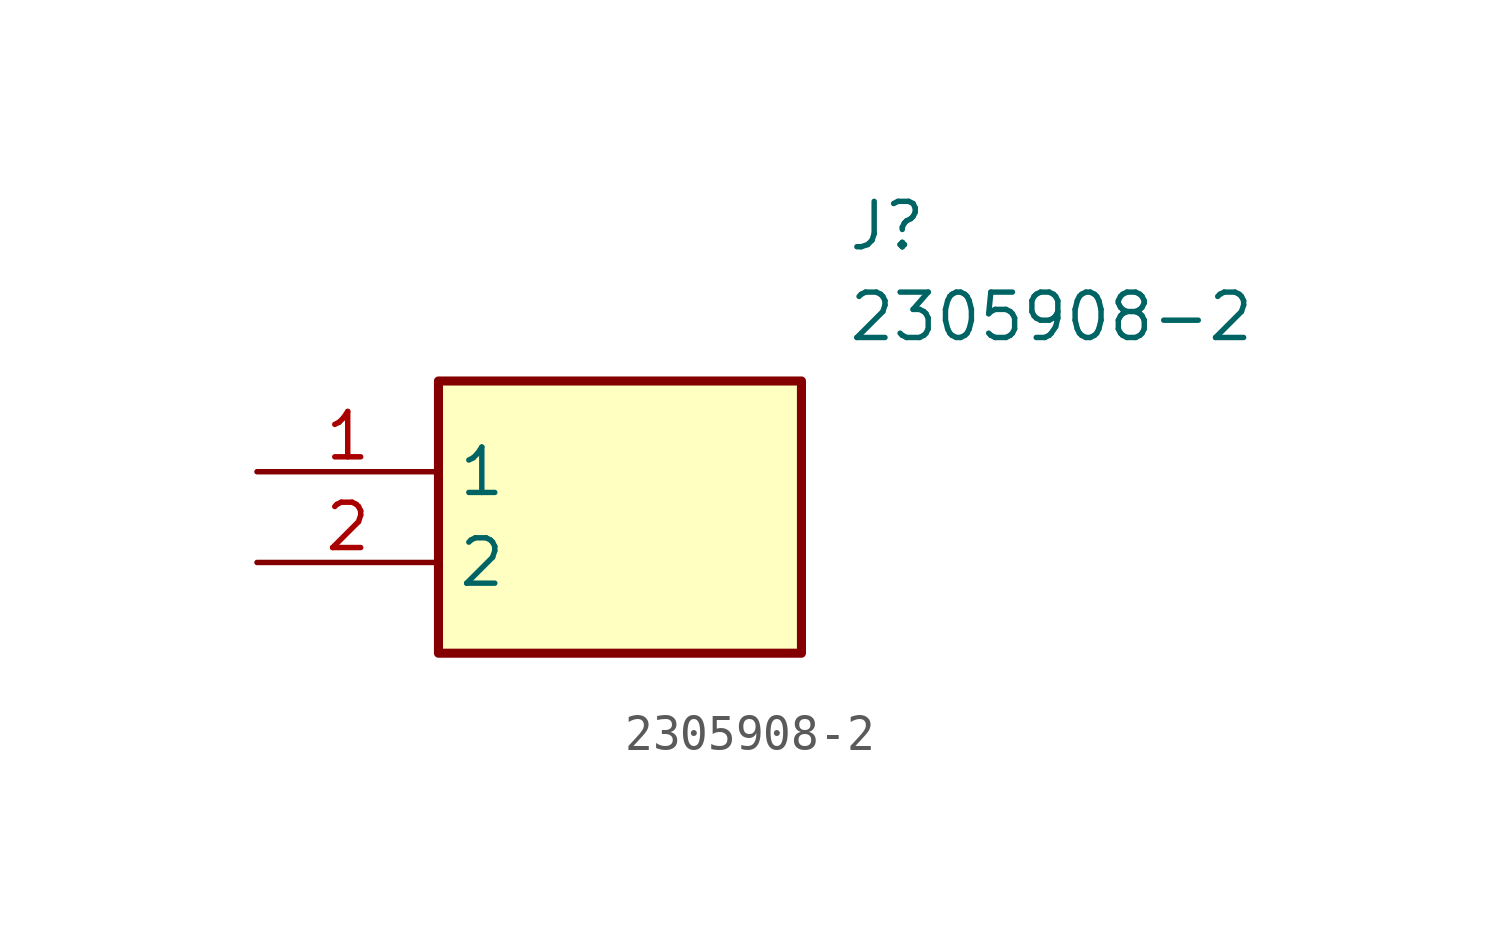
<source format=kicad_sym>
(kicad_symbol_lib
  (version 20211014)
  (generator SamacSys_ECAD_Model)
  (symbol "2305908-2"
    (property "Reference" "J"
      (at 16.51 7.62 0)
      (effects (font (size 1.27 1.27)) (justify left top)))
    (property "Value" "2305908-2"
      (at 16.51 5.08 0)
      (effects (font (size 1.27 1.27)) (justify left top)))
    (rectangle
      (start 5.08 2.54)
      (end 15.24 -5.08)
      (stroke (width 0.254) (type default))
      (fill (type background)))
    (pin passive line
      (at 0 0 0)
      (length 5.08)
      (name "1" (effects (font (size 1.27 1.27))))
      (number "1" (effects (font (size 1.27 1.27)))))
    (pin passive line
      (at 0 -2.54 0)
      (length 5.08)
      (name "2" (effects (font (size 1.27 1.27))))
      (number "2" (effects (font (size 1.27 1.27)))))))
</source>
